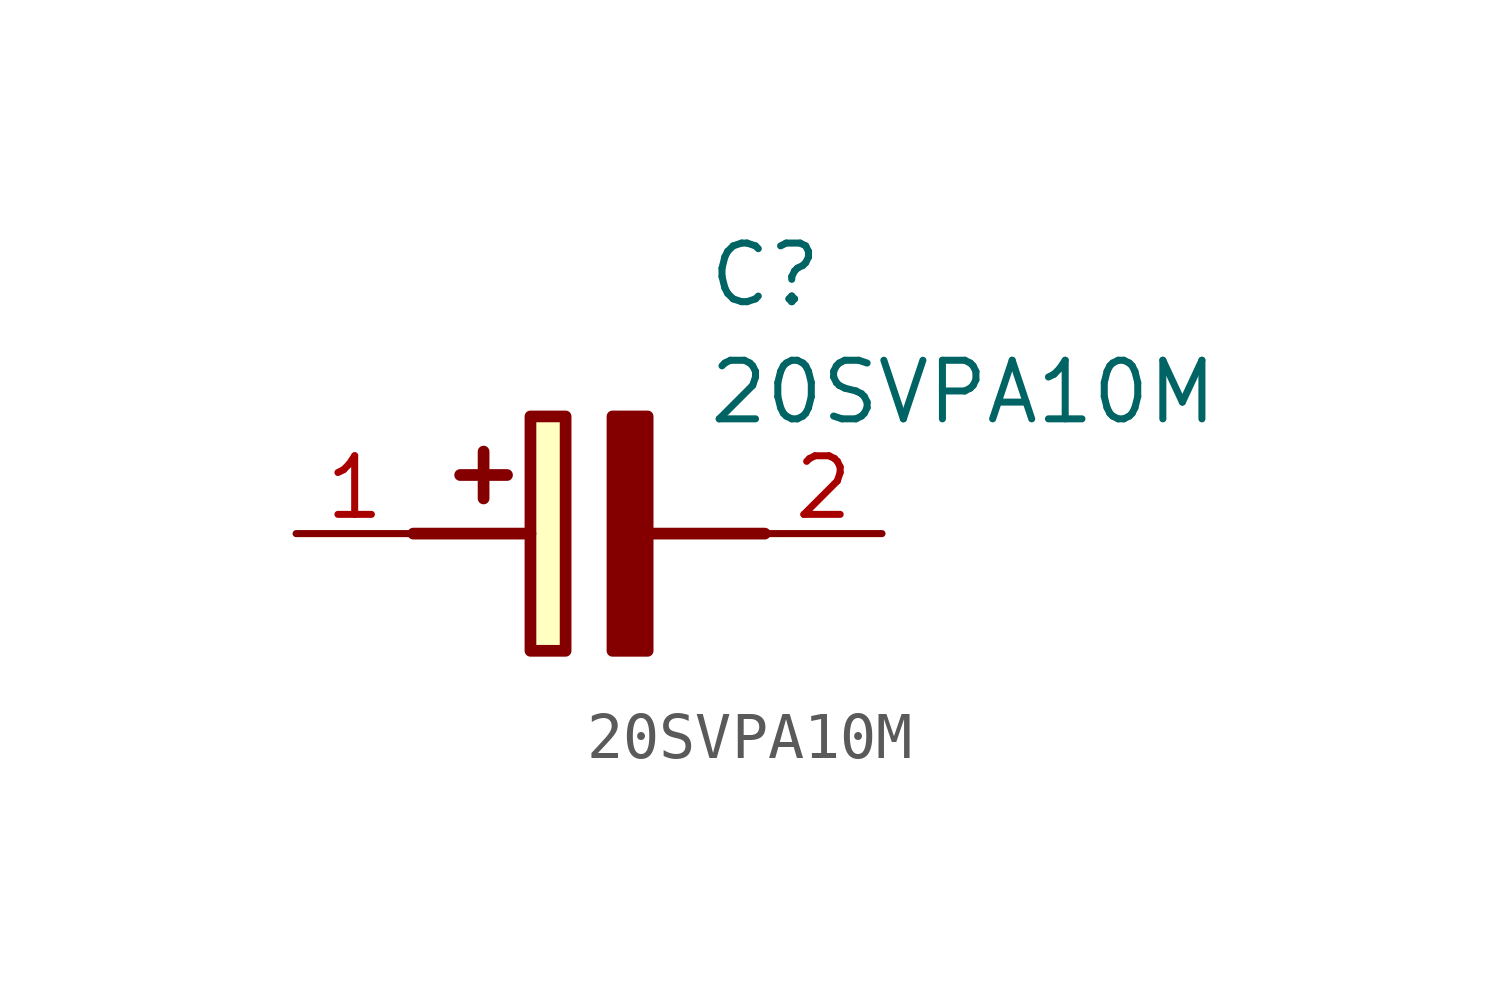
<source format=kicad_sym>
(kicad_symbol_lib
  (version 20211014)
  (generator SamacSys_ECAD_Model)
  (symbol "20SVPA10M"
    (pin_names hide)
    (property "Reference" "C"
      (at 8.89 6.35 0)
      (effects (font (size 1.27 1.27)) (justify left top)))
    (property "Value" "20SVPA10M"
      (at 8.89 3.81 0)
      (effects (font (size 1.27 1.27)) (justify left top)))
    (rectangle
      (start 5.08 2.54)
      (end 5.842 -2.54)
      (stroke (width 0.254) (type default))
      (fill (type background)))
    (polyline
      (pts (xy 4.572 1.27) (xy 3.556 1.27))
      (stroke (width 0.254) (type default))
      (fill (type none)))
    (polyline
      (pts (xy 4.064 1.778) (xy 4.064 0.762))
      (stroke (width 0.254) (type default))
      (fill (type none)))
    (polyline
      (pts (xy 2.54 0) (xy 5.08 0))
      (stroke (width 0.254) (type default))
      (fill (type none)))
    (polyline
      (pts (xy 7.62 0) (xy 10.16 0))
      (stroke (width 0.254) (type default))
      (fill (type none)))
    (polyline
      (pts (xy 7.62 2.54) (xy 7.62 -2.54) (xy 6.858 -2.54) (xy 6.858 2.54) (xy 7.62 2.54))
      (stroke (width 0.254) (type default))
      (fill (type outline)))
    (pin passive line
      (at 0 0 0)
      (length 2.54)
      (name "+" (effects (font (size 1.27 1.27))))
      (number "1" (effects (font (size 1.27 1.27)))))
    (pin passive line
      (at 12.7 0 180)
      (length 2.54)
      (name "-" (effects (font (size 1.27 1.27))))
      (number "2" (effects (font (size 1.27 1.27)))))))
</source>
